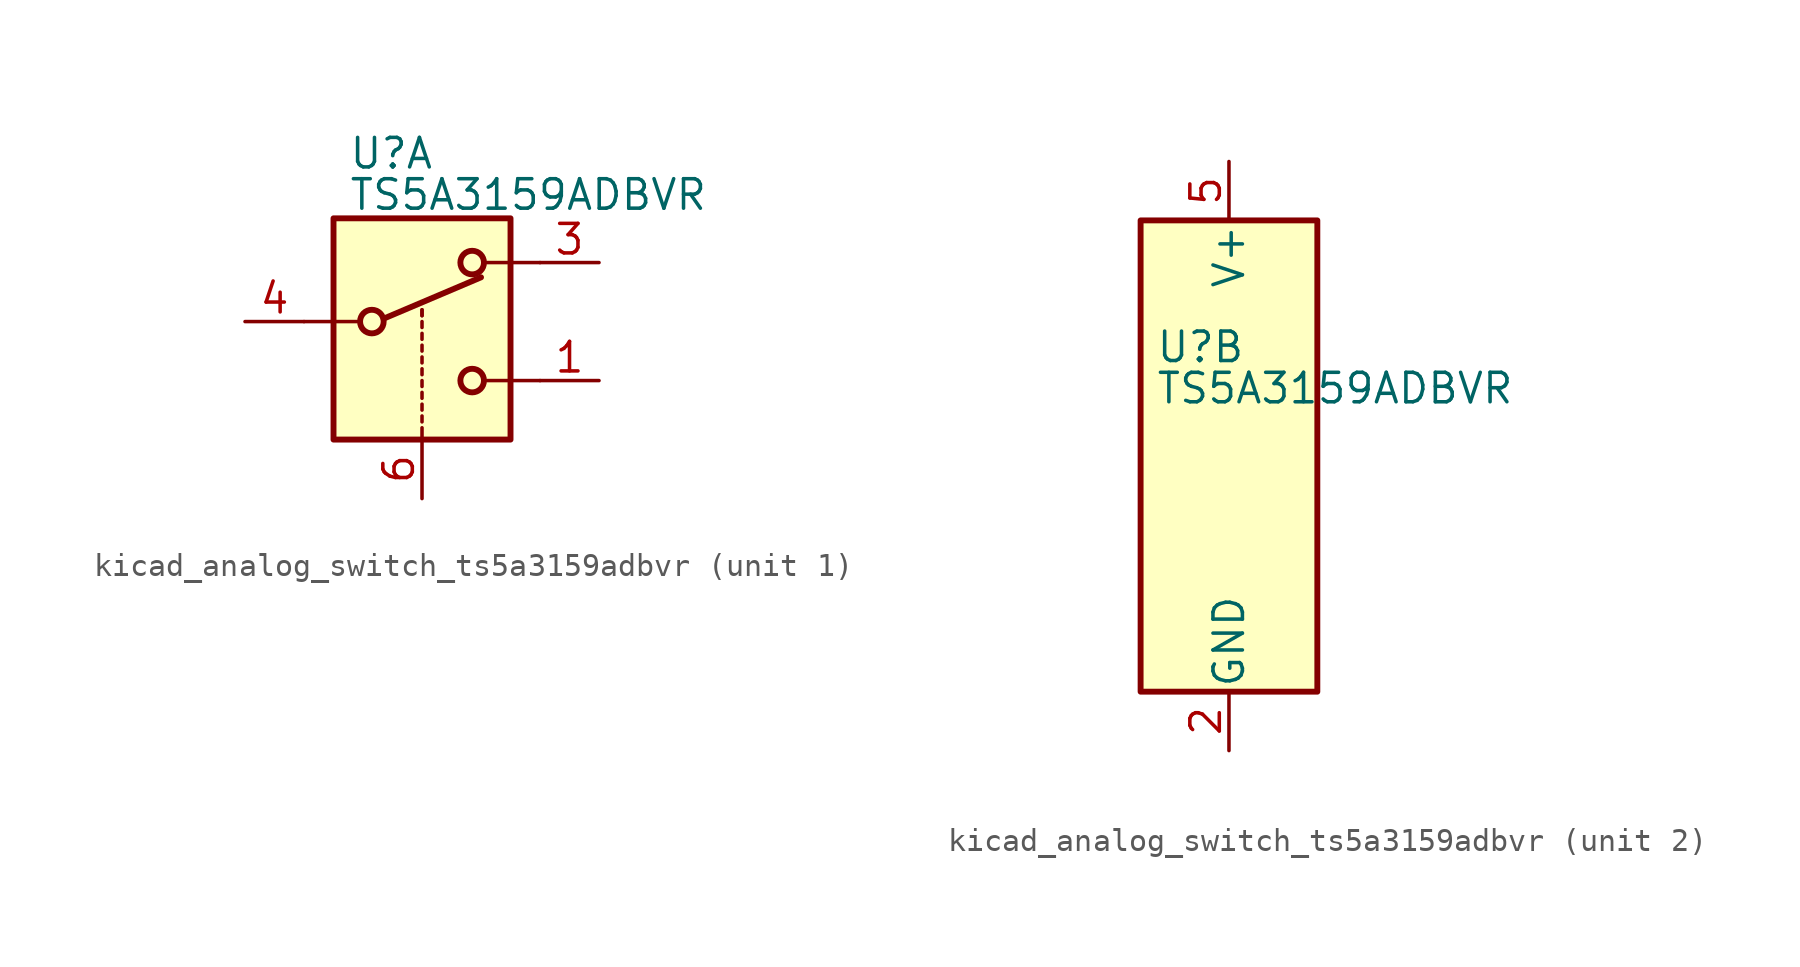
<source format=kicad_sym>
(kicad_symbol_lib
  (version 20220914)
  (generator kicad_symbol_editor)
  (symbol "kicad_analog_switch_ts5a3159adbvr"
    (pin_names
      (offset 0.127))
    (property "Reference" "U"
      (at -3.175 4.699 0)
      (effects (font (size 1.27 1.27)) (justify left)))
    (property "Value" "TS5A3159ADBVR"
      (at -3.175 2.921 0)
      (effects (font (size 1.27 1.27)) (justify left)))
    (symbol "kicad_analog_switch_ts5a3159adbvr_1_1"
      (rectangle (start -3.81 1.905) (end 3.81 -7.62) (stroke (width 0.254) (type default)) (fill (type background)))
      (circle (center -2.159 -2.54) (radius 0.508) (stroke (width 0.254) (type default)) (fill (type none)))
      (polyline (pts (xy -5.08 -2.54) (xy -2.794 -2.54)) (stroke (width 0) (type default)) (fill (type none)))
      (polyline (pts (xy -1.651 -2.413) (xy 2.54 -0.635)) (stroke (width 0.254) (type default)) (fill (type none)))
      (polyline (pts (xy 0 -7.62) (xy 0 -7.112)) (stroke (width 0) (type default)) (fill (type none)))
      (polyline (pts (xy 0 -6.858) (xy 0 -6.604)) (stroke (width 0) (type default)) (fill (type none)))
      (polyline (pts (xy 0 -6.35) (xy 0 -6.096)) (stroke (width 0) (type default)) (fill (type none)))
      (polyline (pts (xy 0 -5.842) (xy 0 -5.588)) (stroke (width 0) (type default)) (fill (type none)))
      (polyline (pts (xy 0 -5.334) (xy 0 -5.08)) (stroke (width 0) (type default)) (fill (type none)))
      (polyline (pts (xy 0 -4.826) (xy 0 -4.572)) (stroke (width 0) (type default)) (fill (type none)))
      (polyline (pts (xy 0 -4.318) (xy 0 -4.064)) (stroke (width 0) (type default)) (fill (type none)))
      (polyline (pts (xy 0 -3.81) (xy 0 -3.556)) (stroke (width 0) (type default)) (fill (type none)))
      (polyline (pts (xy 0 -3.302) (xy 0 -3.048)) (stroke (width 0) (type default)) (fill (type none)))
      (polyline (pts (xy 0 -2.794) (xy 0 -2.54)) (stroke (width 0) (type default)) (fill (type none)))
      (polyline (pts (xy 0 -2.286) (xy 0 -2.032)) (stroke (width 0) (type default)) (fill (type none)))
      (polyline (pts (xy 0 -2.286) (xy 0 -2.032)) (stroke (width 0) (type default)) (fill (type none)))
      (polyline (pts (xy 5.08 -5.08) (xy 2.794 -5.08)) (stroke (width 0) (type default)) (fill (type none)))
      (polyline (pts (xy 5.08 0) (xy 2.794 0)) (stroke (width 0) (type default)) (fill (type none)))
      (circle (center 2.159 -5.08) (radius 0.508) (stroke (width 0.254) (type default)) (fill (type none)))
      (circle (center 2.159 0) (radius 0.508) (stroke (width 0.254) (type default)) (fill (type none)))
      (pin passive line (at 7.62 -5.08 180) (length 2.54) (name "~" (effects (font (size 1.27 1.27)))) (number "1" (effects (font (size 1.27 1.27)))))
      (pin passive line (at 7.62 0 180) (length 2.54) (name "~" (effects (font (size 1.27 1.27)))) (number "3" (effects (font (size 1.27 1.27)))))
      (pin passive line (at -7.62 -2.54 0) (length 2.54) (name "~" (effects (font (size 1.27 1.27)))) (number "4" (effects (font (size 1.27 1.27)))))
      (pin input line (at 0 -10.16 90) (length 2.54) (name "~" (effects (font (size 1.27 1.27)))) (number "6" (effects (font (size 1.27 1.27))))))
    (symbol "kicad_analog_switch_ts5a3159adbvr_2_0"
      (pin power_in line (at 0 -12.7 90) (length 2.54) (name "GND" (effects (font (size 1.27 1.27)))) (number "2" (effects (font (size 1.27 1.27)))))
      (pin power_in line (at 0 12.7 270) (length 2.54) (name "V+" (effects (font (size 1.27 1.27)))) (number "5" (effects (font (size 1.27 1.27))))))
    (symbol "kicad_analog_switch_ts5a3159adbvr_2_1"
      (rectangle (start -3.81 10.16) (end 3.81 -10.16) (stroke (width 0.254) (type default)) (fill (type background))))))
</source>
